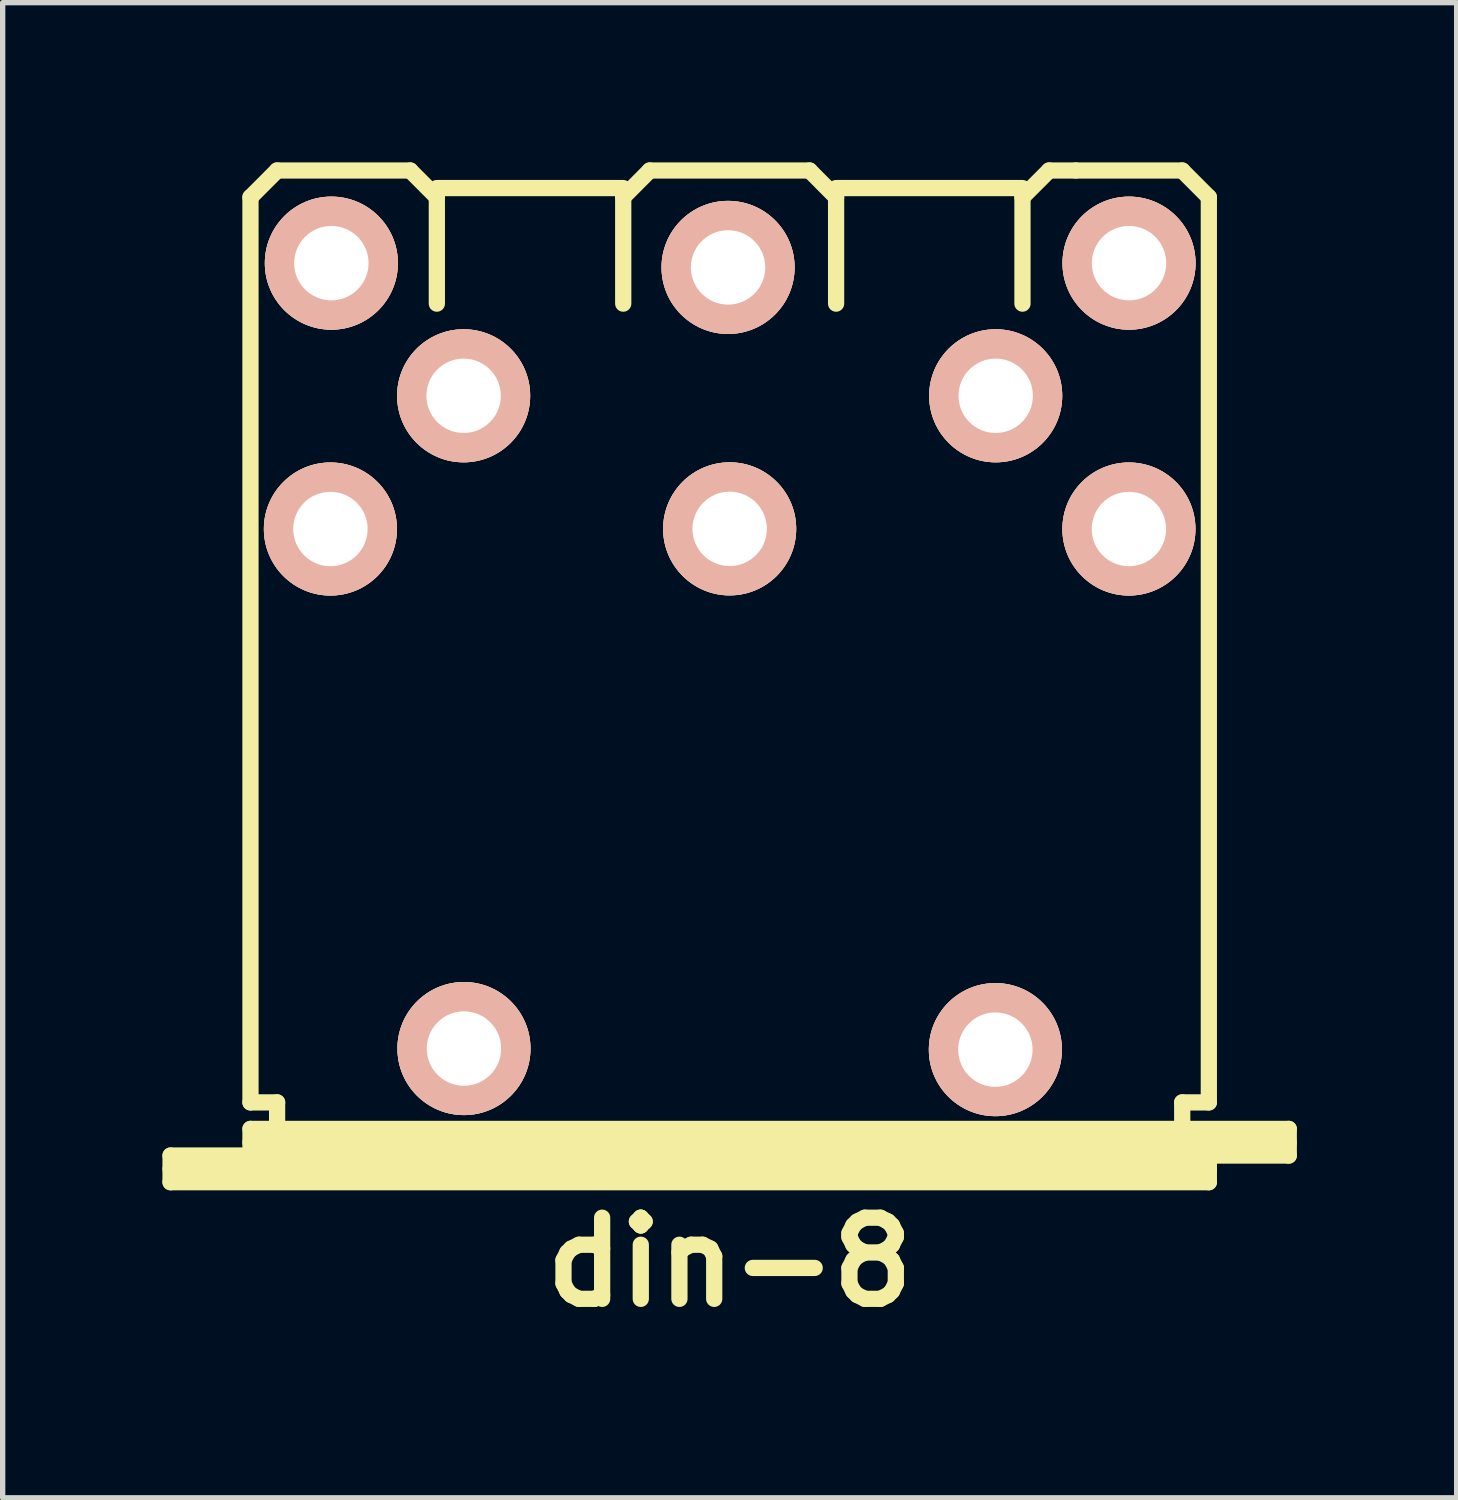
<source format=kicad_pcb>
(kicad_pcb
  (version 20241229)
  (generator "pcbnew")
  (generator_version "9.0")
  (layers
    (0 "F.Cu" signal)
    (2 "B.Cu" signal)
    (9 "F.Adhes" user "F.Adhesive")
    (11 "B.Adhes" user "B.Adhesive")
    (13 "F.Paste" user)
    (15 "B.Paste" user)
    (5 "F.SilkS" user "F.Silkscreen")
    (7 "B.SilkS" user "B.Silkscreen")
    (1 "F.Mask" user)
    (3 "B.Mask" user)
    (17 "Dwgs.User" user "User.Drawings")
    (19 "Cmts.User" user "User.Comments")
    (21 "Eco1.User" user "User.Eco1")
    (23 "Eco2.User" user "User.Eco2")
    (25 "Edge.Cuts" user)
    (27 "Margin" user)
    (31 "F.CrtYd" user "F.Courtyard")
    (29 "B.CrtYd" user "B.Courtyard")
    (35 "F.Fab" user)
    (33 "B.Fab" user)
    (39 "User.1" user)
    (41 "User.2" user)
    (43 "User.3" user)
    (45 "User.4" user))
  (footprint "din-8"
    (layer "F.Cu")
    (at 10.653 9.652)
    (property "Reference" "din-8" (at 0 11.001 0) (layer "F.SilkS") (effects (font (size 1.524 1.524) (thickness 0.305))))
    (attr through_hole)
    (fp_line (start -10.5 8.999) (end -8.999 8.999) (stroke (width 0.305) (type solid)) (layer "F.SilkS"))
    (fp_line (start -10.5 9.251) (end 8.999 9.251) (stroke (width 0.305) (type solid)) (layer "F.SilkS"))
    (fp_line (start -10.5 9.5) (end -10.5 8.999) (stroke (width 0.305) (type solid)) (layer "F.SilkS"))
    (fp_line (start -8.999 -8.999) (end -8.999 8.001) (stroke (width 0.305) (type solid)) (layer "F.SilkS"))
    (fp_line (start -8.999 -8.999) (end -8.499 -9.5) (stroke (width 0.305) (type solid)) (layer "F.SilkS"))
    (fp_line (start -8.999 8.001) (end -8.499 8.001) (stroke (width 0.305) (type solid)) (layer "F.SilkS"))
    (fp_line (start -8.999 8.499) (end 10.5 8.499) (stroke (width 0.305) (type solid)) (layer "F.SilkS"))
    (fp_line (start -8.999 8.75) (end 10.5 8.75) (stroke (width 0.305) (type solid)) (layer "F.SilkS"))
    (fp_line (start -8.999 8.999) (end -8.999 8.499) (stroke (width 0.305) (type solid)) (layer "F.SilkS"))
    (fp_line (start -8.499 -9.5) (end -5.999 -9.5) (stroke (width 0.305) (type solid)) (layer "F.SilkS"))
    (fp_line (start -8.499 8.001) (end -8.499 8.499) (stroke (width 0.305) (type solid)) (layer "F.SilkS"))
    (fp_line (start -5.999 -9.5) (end -5.499 -8.999) (stroke (width 0.305) (type solid)) (layer "F.SilkS"))
    (fp_line (start -5.499 -9.17) (end -1.999 -9.17) (stroke (width 0.305) (type solid)) (layer "F.SilkS"))
    (fp_line (start -5.499 -8.999) (end -5.499 -7) (stroke (width 0.305) (type solid)) (layer "F.SilkS"))
    (fp_line (start -1.999 -8.999) (end -1.999 -7) (stroke (width 0.305) (type solid)) (layer "F.SilkS"))
    (fp_line (start -1.501 -9.5) (end -1.999 -8.999) (stroke (width 0.305) (type solid)) (layer "F.SilkS"))
    (fp_line (start -1.501 -9.5) (end 1.501 -9.5) (stroke (width 0.305) (type solid)) (layer "F.SilkS"))
    (fp_line (start 1.501 -9.5) (end 1.999 -8.999) (stroke (width 0.305) (type solid)) (layer "F.SilkS"))
    (fp_line (start 1.999 -8.999) (end 1.999 -7) (stroke (width 0.305) (type solid)) (layer "F.SilkS"))
    (fp_line (start 5.499 -9.17) (end 1.999 -9.17) (stroke (width 0.305) (type solid)) (layer "F.SilkS"))
    (fp_line (start 5.499 -8.999) (end 5.499 -7) (stroke (width 0.305) (type solid)) (layer "F.SilkS"))
    (fp_line (start 5.999 -9.5) (end 5.499 -8.999) (stroke (width 0.305) (type solid)) (layer "F.SilkS"))
    (fp_line (start 6.5 -9.5) (end 5.999 -9.5) (stroke (width 0.305) (type solid)) (layer "F.SilkS"))
    (fp_line (start 8.499 -9.5) (end 6.5 -9.5) (stroke (width 0.305) (type solid)) (layer "F.SilkS"))
    (fp_line (start 8.499 8.499) (end 8.499 8.001) (stroke (width 0.305) (type solid)) (layer "F.SilkS"))
    (fp_line (start 8.999 -8.999) (end 8.499 -9.5) (stroke (width 0.305) (type solid)) (layer "F.SilkS"))
    (fp_line (start 8.999 -8.999) (end 8.999 8.001) (stroke (width 0.305) (type solid)) (layer "F.SilkS"))
    (fp_line (start 8.999 8.001) (end 8.499 8.001) (stroke (width 0.305) (type solid)) (layer "F.SilkS"))
    (fp_line (start 8.999 8.999) (end -8.999 8.999) (stroke (width 0.305) (type solid)) (layer "F.SilkS"))
    (fp_line (start 8.999 8.999) (end 8.999 9.5) (stroke (width 0.305) (type solid)) (layer "F.SilkS"))
    (fp_line (start 8.999 9.5) (end -10.5 9.5) (stroke (width 0.305) (type solid)) (layer "F.SilkS"))
    (fp_line (start 10.5 8.499) (end 10.5 8.999) (stroke (width 0.305) (type solid)) (layer "F.SilkS"))
    (fp_line (start 10.5 8.999) (end 8.999 8.999) (stroke (width 0.305) (type solid)) (layer "F.SilkS"))
    (pad "1" thru_hole circle (at 7.498 -2.767) (size 2.499 2.499) (drill 1.397) (layers "*.Cu" "*.SilkS" "*.Mask"))
    (pad "2" thru_hole circle (at 0 -2.77) (size 2.499 2.499) (drill 1.397) (layers "*.Cu" "*.SilkS" "*.Mask"))
    (pad "3" thru_hole circle (at -7.498 -2.767) (size 2.499 2.499) (drill 1.397) (layers "*.Cu" "*.SilkS" "*.Mask"))
    (pad "4" thru_hole circle (at 4.996 -5.269) (size 2.499 2.499) (drill 1.397) (layers "*.Cu" "*.SilkS" "*.Mask"))
    (pad "5" thru_hole circle (at -4.996 -5.269) (size 2.499 2.499) (drill 1.397) (layers "*.Cu" "*.SilkS" "*.Mask"))
    (pad "6" thru_hole circle (at 7.5 -7.76) (size 2.499 2.499) (drill 1.397) (layers "*.Cu" "*.SilkS" "*.Mask"))
    (pad "7" thru_hole circle (at -7.48 -7.76) (size 2.499 2.499) (drill 1.397) (layers "*.Cu" "*.SilkS" "*.Mask"))
    (pad "8" thru_hole circle (at -0.03 -7.68) (size 2.499 2.499) (drill 1.397) (layers "*.Cu" "*.SilkS" "*.Mask"))
    (pad "9" thru_hole circle (at 4.99 7.01) (size 2.499 2.499) (drill 1.397) (layers "*.Cu" "*.SilkS" "*.Mask"))
    (pad "10" thru_hole circle (at -4.99 6.99) (size 2.499 2.499) (drill 1.397) (layers "*.Cu" "*.SilkS" "*.Mask")))
  (gr_rect
    (start -3 -3)
    (end 24.306 25.079)
    (stroke (width 0.1) (type default))
    (fill no)
    (layer "Edge.Cuts")))
</source>
